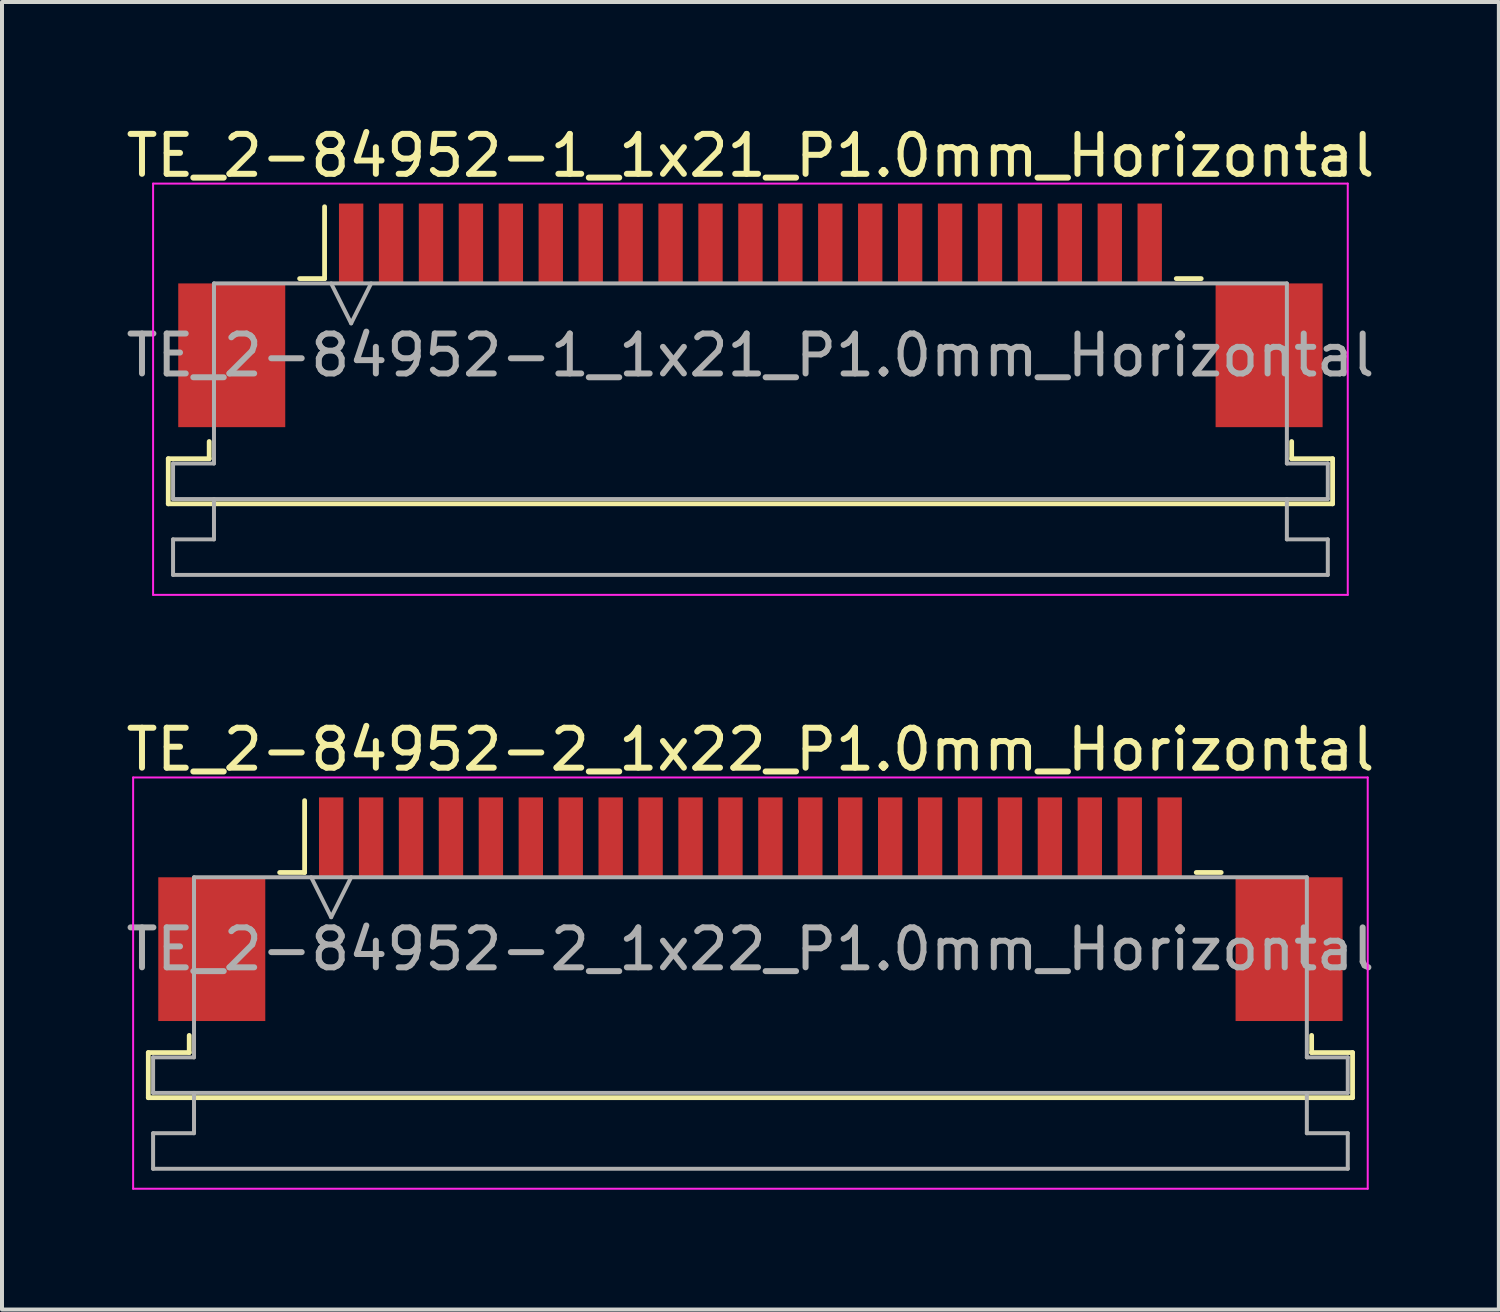
<source format=kicad_pcb>
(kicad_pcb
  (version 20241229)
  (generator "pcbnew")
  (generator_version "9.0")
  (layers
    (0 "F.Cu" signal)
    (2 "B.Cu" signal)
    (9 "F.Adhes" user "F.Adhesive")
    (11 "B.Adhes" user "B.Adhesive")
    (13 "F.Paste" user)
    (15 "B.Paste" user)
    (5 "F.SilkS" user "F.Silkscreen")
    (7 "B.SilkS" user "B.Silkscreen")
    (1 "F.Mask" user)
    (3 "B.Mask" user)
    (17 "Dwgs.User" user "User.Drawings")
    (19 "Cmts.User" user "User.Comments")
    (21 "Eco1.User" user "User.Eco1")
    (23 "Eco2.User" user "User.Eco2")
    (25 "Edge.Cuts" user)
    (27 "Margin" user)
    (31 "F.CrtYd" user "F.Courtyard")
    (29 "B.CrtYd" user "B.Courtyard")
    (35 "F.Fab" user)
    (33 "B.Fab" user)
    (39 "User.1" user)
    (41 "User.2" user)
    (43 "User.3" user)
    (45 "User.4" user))
  (footprint "TE_2-84952-1_1x21_P1.0mm_Horizontal"
    (layer "F.Cu")
    (at 15.744 4.848)
    (property "Reference" "TE_2-84952-1_1x21_P1.0mm_Horizontal" (at 0 -4 0) (layer "F.SilkS") (effects (font (size 1 1) (thickness 0.15))))
    (attr smd)
    (fp_line (start -14.58 3.59) (end -13.555 3.59) (stroke (width 0.12) (type solid)) (layer "F.SilkS"))
    (fp_line (start -14.58 4.72) (end -14.58 3.59) (stroke (width 0.12) (type solid)) (layer "F.SilkS"))
    (fp_line (start -13.555 3.59) (end -13.555 3.16) (stroke (width 0.12) (type solid)) (layer "F.SilkS"))
    (fp_line (start -11.29 -0.92) (end -10.665 -0.92) (stroke (width 0.12) (type solid)) (layer "F.SilkS"))
    (fp_line (start -10.665 -0.92) (end -10.665 -2.72) (stroke (width 0.12) (type solid)) (layer "F.SilkS"))
    (fp_line (start 10.665 -0.92) (end 11.29 -0.92) (stroke (width 0.12) (type solid)) (layer "F.SilkS"))
    (fp_line (start 13.555 3.16) (end 13.555 3.59) (stroke (width 0.12) (type solid)) (layer "F.SilkS"))
    (fp_line (start 13.555 3.59) (end 14.58 3.59) (stroke (width 0.12) (type solid)) (layer "F.SilkS"))
    (fp_line (start 14.58 3.59) (end 14.58 4.72) (stroke (width 0.12) (type solid)) (layer "F.SilkS"))
    (fp_line (start 14.58 4.72) (end -14.58 4.72) (stroke (width 0.12) (type solid)) (layer "F.SilkS"))
    (fp_line (start -14.96 -3.3) (end -14.96 7) (stroke (width 0.05) (type solid)) (layer "F.CrtYd"))
    (fp_line (start -14.96 7) (end 14.96 7) (stroke (width 0.05) (type solid)) (layer "F.CrtYd"))
    (fp_line (start 14.96 -3.3) (end -14.96 -3.3) (stroke (width 0.05) (type solid)) (layer "F.CrtYd"))
    (fp_line (start 14.96 7) (end 14.96 -3.3) (stroke (width 0.05) (type solid)) (layer "F.CrtYd"))
    (fp_line (start -14.46 3.71) (end -13.435 3.71) (stroke (width 0.1) (type solid)) (layer "F.Fab"))
    (fp_line (start -14.46 4.6) (end -14.46 3.71) (stroke (width 0.1) (type solid)) (layer "F.Fab"))
    (fp_line (start -14.46 5.61) (end -13.435 5.61) (stroke (width 0.1) (type solid)) (layer "F.Fab"))
    (fp_line (start -14.46 6.5) (end -14.46 5.61) (stroke (width 0.1) (type solid)) (layer "F.Fab"))
    (fp_line (start -13.435 -0.8) (end 13.435 -0.8) (stroke (width 0.1) (type solid)) (layer "F.Fab"))
    (fp_line (start -13.435 3.71) (end -13.435 -0.8) (stroke (width 0.1) (type solid)) (layer "F.Fab"))
    (fp_line (start -13.435 5.61) (end -13.435 4.6) (stroke (width 0.1) (type solid)) (layer "F.Fab"))
    (fp_line (start -10.5 -0.8) (end -10 0.2) (stroke (width 0.1) (type solid)) (layer "F.Fab"))
    (fp_line (start -10 0.2) (end -9.5 -0.8) (stroke (width 0.1) (type solid)) (layer "F.Fab"))
    (fp_line (start 13.435 -0.8) (end 13.435 3.71) (stroke (width 0.1) (type solid)) (layer "F.Fab"))
    (fp_line (start 13.435 3.71) (end 14.46 3.71) (stroke (width 0.1) (type solid)) (layer "F.Fab"))
    (fp_line (start 13.435 4.6) (end 13.435 5.61) (stroke (width 0.1) (type solid)) (layer "F.Fab"))
    (fp_line (start 13.435 5.61) (end 14.46 5.61) (stroke (width 0.1) (type solid)) (layer "F.Fab"))
    (fp_line (start 14.46 3.71) (end 14.46 4.6) (stroke (width 0.1) (type solid)) (layer "F.Fab"))
    (fp_line (start 14.46 4.6) (end -14.46 4.6) (stroke (width 0.1) (type solid)) (layer "F.Fab"))
    (fp_line (start 14.46 5.61) (end 14.46 6.5) (stroke (width 0.1) (type solid)) (layer "F.Fab"))
    (fp_line (start 14.46 6.5) (end -14.46 6.5) (stroke (width 0.1) (type solid)) (layer "F.Fab"))
    (fp_text user "${REFERENCE}" (at 0 1 0) (layer "F.Fab") (effects (font (size 1 1) (thickness 0.15))))
    (pad "" smd rect (at -12.99 1) (size 2.68 3.6) (layers "F.Cu" "F.Mask" "F.Paste"))
    (pad "" smd rect (at 12.99 1) (size 2.68 3.6) (layers "F.Cu" "F.Mask" "F.Paste"))
    (pad "1" smd rect (at -10 -1.8) (size 0.61 2) (layers "F.Cu" "F.Mask" "F.Paste"))
    (pad "2" smd rect (at -9 -1.8) (size 0.61 2) (layers "F.Cu" "F.Mask" "F.Paste"))
    (pad "3" smd rect (at -8 -1.8) (size 0.61 2) (layers "F.Cu" "F.Mask" "F.Paste"))
    (pad "4" smd rect (at -7 -1.8) (size 0.61 2) (layers "F.Cu" "F.Mask" "F.Paste"))
    (pad "5" smd rect (at -6 -1.8) (size 0.61 2) (layers "F.Cu" "F.Mask" "F.Paste"))
    (pad "6" smd rect (at -5 -1.8) (size 0.61 2) (layers "F.Cu" "F.Mask" "F.Paste"))
    (pad "7" smd rect (at -4 -1.8) (size 0.61 2) (layers "F.Cu" "F.Mask" "F.Paste"))
    (pad "8" smd rect (at -3 -1.8) (size 0.61 2) (layers "F.Cu" "F.Mask" "F.Paste"))
    (pad "9" smd rect (at -2 -1.8) (size 0.61 2) (layers "F.Cu" "F.Mask" "F.Paste"))
    (pad "10" smd rect (at -1 -1.8) (size 0.61 2) (layers "F.Cu" "F.Mask" "F.Paste"))
    (pad "11" smd rect (at 0 -1.8) (size 0.61 2) (layers "F.Cu" "F.Mask" "F.Paste"))
    (pad "12" smd rect (at 1 -1.8) (size 0.61 2) (layers "F.Cu" "F.Mask" "F.Paste"))
    (pad "13" smd rect (at 2 -1.8) (size 0.61 2) (layers "F.Cu" "F.Mask" "F.Paste"))
    (pad "14" smd rect (at 3 -1.8) (size 0.61 2) (layers "F.Cu" "F.Mask" "F.Paste"))
    (pad "15" smd rect (at 4 -1.8) (size 0.61 2) (layers "F.Cu" "F.Mask" "F.Paste"))
    (pad "16" smd rect (at 5 -1.8) (size 0.61 2) (layers "F.Cu" "F.Mask" "F.Paste"))
    (pad "17" smd rect (at 6 -1.8) (size 0.61 2) (layers "F.Cu" "F.Mask" "F.Paste"))
    (pad "18" smd rect (at 7 -1.8) (size 0.61 2) (layers "F.Cu" "F.Mask" "F.Paste"))
    (pad "19" smd rect (at 8 -1.8) (size 0.61 2) (layers "F.Cu" "F.Mask" "F.Paste"))
    (pad "20" smd rect (at 9 -1.8) (size 0.61 2) (layers "F.Cu" "F.Mask" "F.Paste"))
    (pad "21" smd rect (at 10 -1.8) (size 0.61 2) (layers "F.Cu" "F.Mask" "F.Paste")))
  (footprint "TE_2-84952-2_1x22_P1.0mm_Horizontal"
    (layer "F.Cu")
    (at 15.744 19.721)
    (property "Reference" "TE_2-84952-2_1x22_P1.0mm_Horizontal" (at 0 -4 0) (layer "F.SilkS") (effects (font (size 1 1) (thickness 0.15))))
    (attr smd)
    (fp_line (start -15.08 3.59) (end -14.055 3.59) (stroke (width 0.12) (type solid)) (layer "F.SilkS"))
    (fp_line (start -15.08 4.72) (end -15.08 3.59) (stroke (width 0.12) (type solid)) (layer "F.SilkS"))
    (fp_line (start -14.055 3.59) (end -14.055 3.16) (stroke (width 0.12) (type solid)) (layer "F.SilkS"))
    (fp_line (start -11.79 -0.92) (end -11.165 -0.92) (stroke (width 0.12) (type solid)) (layer "F.SilkS"))
    (fp_line (start -11.165 -0.92) (end -11.165 -2.72) (stroke (width 0.12) (type solid)) (layer "F.SilkS"))
    (fp_line (start 11.165 -0.92) (end 11.79 -0.92) (stroke (width 0.12) (type solid)) (layer "F.SilkS"))
    (fp_line (start 14.055 3.16) (end 14.055 3.59) (stroke (width 0.12) (type solid)) (layer "F.SilkS"))
    (fp_line (start 14.055 3.59) (end 15.08 3.59) (stroke (width 0.12) (type solid)) (layer "F.SilkS"))
    (fp_line (start 15.08 3.59) (end 15.08 4.72) (stroke (width 0.12) (type solid)) (layer "F.SilkS"))
    (fp_line (start 15.08 4.72) (end -15.08 4.72) (stroke (width 0.12) (type solid)) (layer "F.SilkS"))
    (fp_line (start -15.46 -3.3) (end -15.46 7) (stroke (width 0.05) (type solid)) (layer "F.CrtYd"))
    (fp_line (start -15.46 7) (end 15.46 7) (stroke (width 0.05) (type solid)) (layer "F.CrtYd"))
    (fp_line (start 15.46 -3.3) (end -15.46 -3.3) (stroke (width 0.05) (type solid)) (layer "F.CrtYd"))
    (fp_line (start 15.46 7) (end 15.46 -3.3) (stroke (width 0.05) (type solid)) (layer "F.CrtYd"))
    (fp_line (start -14.96 3.71) (end -13.935 3.71) (stroke (width 0.1) (type solid)) (layer "F.Fab"))
    (fp_line (start -14.96 4.6) (end -14.96 3.71) (stroke (width 0.1) (type solid)) (layer "F.Fab"))
    (fp_line (start -14.96 5.61) (end -13.935 5.61) (stroke (width 0.1) (type solid)) (layer "F.Fab"))
    (fp_line (start -14.96 6.5) (end -14.96 5.61) (stroke (width 0.1) (type solid)) (layer "F.Fab"))
    (fp_line (start -13.935 -0.8) (end 13.935 -0.8) (stroke (width 0.1) (type solid)) (layer "F.Fab"))
    (fp_line (start -13.935 3.71) (end -13.935 -0.8) (stroke (width 0.1) (type solid)) (layer "F.Fab"))
    (fp_line (start -13.935 5.61) (end -13.935 4.6) (stroke (width 0.1) (type solid)) (layer "F.Fab"))
    (fp_line (start -11 -0.8) (end -10.5 0.2) (stroke (width 0.1) (type solid)) (layer "F.Fab"))
    (fp_line (start -10.5 0.2) (end -10 -0.8) (stroke (width 0.1) (type solid)) (layer "F.Fab"))
    (fp_line (start 13.935 -0.8) (end 13.935 3.71) (stroke (width 0.1) (type solid)) (layer "F.Fab"))
    (fp_line (start 13.935 3.71) (end 14.96 3.71) (stroke (width 0.1) (type solid)) (layer "F.Fab"))
    (fp_line (start 13.935 4.6) (end 13.935 5.61) (stroke (width 0.1) (type solid)) (layer "F.Fab"))
    (fp_line (start 13.935 5.61) (end 14.96 5.61) (stroke (width 0.1) (type solid)) (layer "F.Fab"))
    (fp_line (start 14.96 3.71) (end 14.96 4.6) (stroke (width 0.1) (type solid)) (layer "F.Fab"))
    (fp_line (start 14.96 4.6) (end -14.96 4.6) (stroke (width 0.1) (type solid)) (layer "F.Fab"))
    (fp_line (start 14.96 5.61) (end 14.96 6.5) (stroke (width 0.1) (type solid)) (layer "F.Fab"))
    (fp_line (start 14.96 6.5) (end -14.96 6.5) (stroke (width 0.1) (type solid)) (layer "F.Fab"))
    (fp_text user "${REFERENCE}" (at 0 1 0) (layer "F.Fab") (effects (font (size 1 1) (thickness 0.15))))
    (pad "" smd rect (at -13.49 1) (size 2.68 3.6) (layers "F.Cu" "F.Mask" "F.Paste"))
    (pad "" smd rect (at 13.49 1) (size 2.68 3.6) (layers "F.Cu" "F.Mask" "F.Paste"))
    (pad "1" smd rect (at -10.5 -1.8) (size 0.61 2) (layers "F.Cu" "F.Mask" "F.Paste"))
    (pad "2" smd rect (at -9.5 -1.8) (size 0.61 2) (layers "F.Cu" "F.Mask" "F.Paste"))
    (pad "3" smd rect (at -8.5 -1.8) (size 0.61 2) (layers "F.Cu" "F.Mask" "F.Paste"))
    (pad "4" smd rect (at -7.5 -1.8) (size 0.61 2) (layers "F.Cu" "F.Mask" "F.Paste"))
    (pad "5" smd rect (at -6.5 -1.8) (size 0.61 2) (layers "F.Cu" "F.Mask" "F.Paste"))
    (pad "6" smd rect (at -5.5 -1.8) (size 0.61 2) (layers "F.Cu" "F.Mask" "F.Paste"))
    (pad "7" smd rect (at -4.5 -1.8) (size 0.61 2) (layers "F.Cu" "F.Mask" "F.Paste"))
    (pad "8" smd rect (at -3.5 -1.8) (size 0.61 2) (layers "F.Cu" "F.Mask" "F.Paste"))
    (pad "9" smd rect (at -2.5 -1.8) (size 0.61 2) (layers "F.Cu" "F.Mask" "F.Paste"))
    (pad "10" smd rect (at -1.5 -1.8) (size 0.61 2) (layers "F.Cu" "F.Mask" "F.Paste"))
    (pad "11" smd rect (at -0.5 -1.8) (size 0.61 2) (layers "F.Cu" "F.Mask" "F.Paste"))
    (pad "12" smd rect (at 0.5 -1.8) (size 0.61 2) (layers "F.Cu" "F.Mask" "F.Paste"))
    (pad "13" smd rect (at 1.5 -1.8) (size 0.61 2) (layers "F.Cu" "F.Mask" "F.Paste"))
    (pad "14" smd rect (at 2.5 -1.8) (size 0.61 2) (layers "F.Cu" "F.Mask" "F.Paste"))
    (pad "15" smd rect (at 3.5 -1.8) (size 0.61 2) (layers "F.Cu" "F.Mask" "F.Paste"))
    (pad "16" smd rect (at 4.5 -1.8) (size 0.61 2) (layers "F.Cu" "F.Mask" "F.Paste"))
    (pad "17" smd rect (at 5.5 -1.8) (size 0.61 2) (layers "F.Cu" "F.Mask" "F.Paste"))
    (pad "18" smd rect (at 6.5 -1.8) (size 0.61 2) (layers "F.Cu" "F.Mask" "F.Paste"))
    (pad "19" smd rect (at 7.5 -1.8) (size 0.61 2) (layers "F.Cu" "F.Mask" "F.Paste"))
    (pad "20" smd rect (at 8.5 -1.8) (size 0.61 2) (layers "F.Cu" "F.Mask" "F.Paste"))
    (pad "21" smd rect (at 9.5 -1.8) (size 0.61 2) (layers "F.Cu" "F.Mask" "F.Paste"))
    (pad "22" smd rect (at 10.5 -1.8) (size 0.61 2) (layers "F.Cu" "F.Mask" "F.Paste")))
  (gr_rect
    (start -3 -3)
    (end 34.488 29.747)
    (stroke (width 0.1) (type default))
    (fill no)
    (layer "Edge.Cuts")))
</source>
